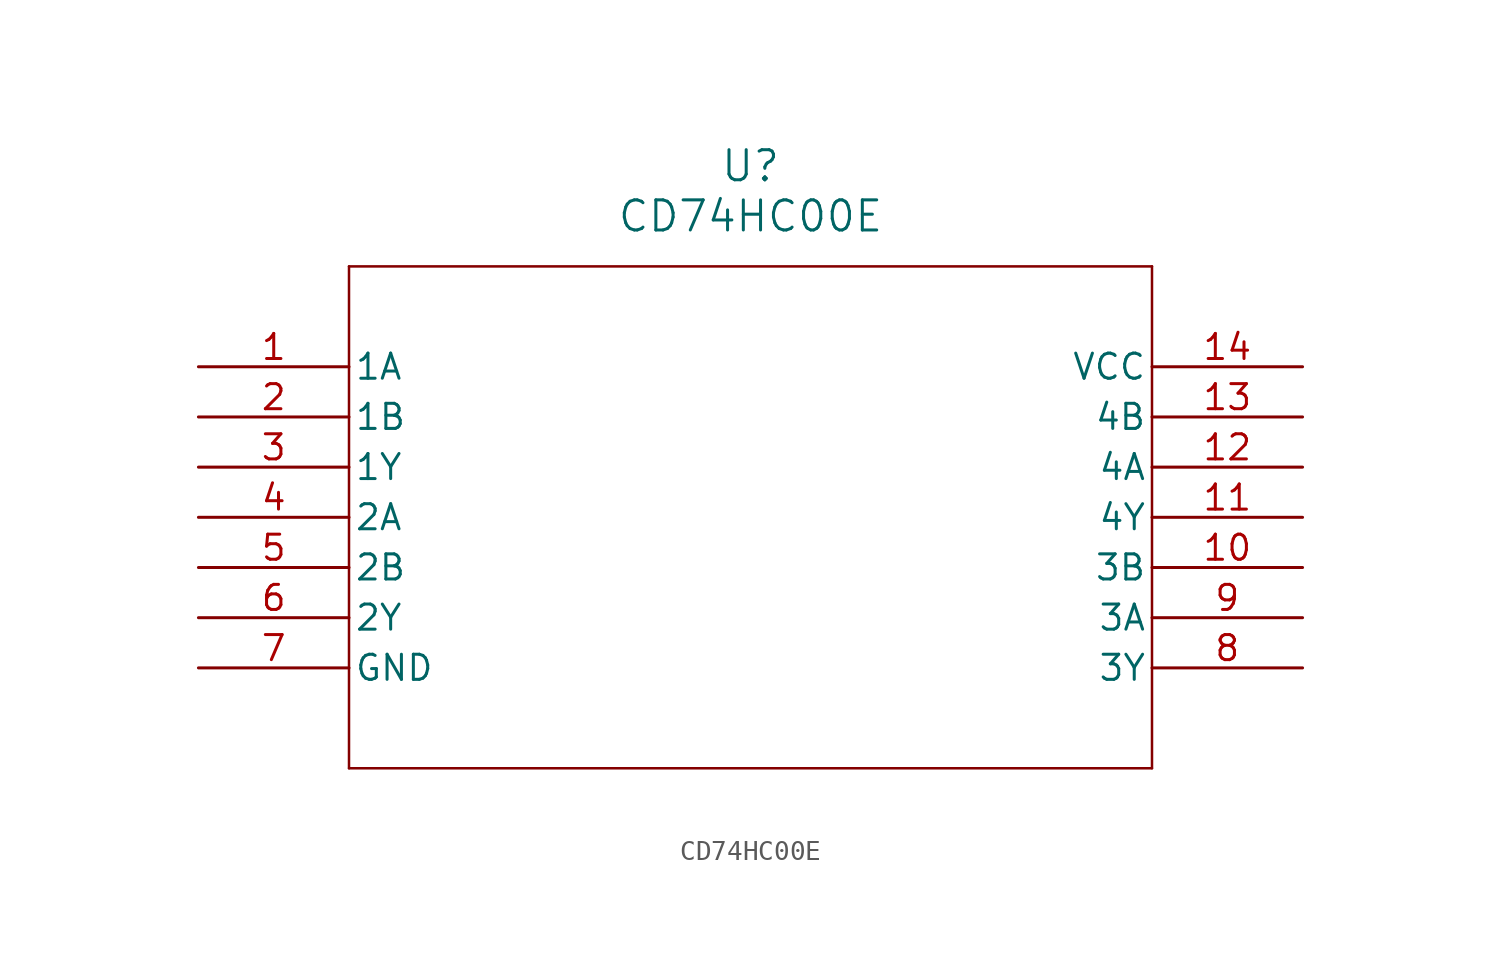
<source format=kicad_sym>
(kicad_symbol_lib
  (version 20211014)
  (generator kicad_symbol_editor)
  (symbol "CD74HC00E"
    (pin_names
      (offset 0.254))
    (property "Reference" "U"
      (at 27.94 10.16 0)
      (effects (font (size 1.524 1.524))))
    (property "Value" "CD74HC00E"
      (at 27.94 7.62 0)
      (effects (font (size 1.524 1.524))))
    (symbol "CD74HC00E_0_1"
      (polyline (pts (xy 7.62 5.08) (xy 7.62 -20.32)) (stroke (width 0.127) (type default) (color 0 0 0 0)) (fill (type none)))
      (polyline (pts (xy 7.62 -20.32) (xy 48.26 -20.32)) (stroke (width 0.127) (type default) (color 0 0 0 0)) (fill (type none)))
      (polyline (pts (xy 48.26 -20.32) (xy 48.26 5.08)) (stroke (width 0.127) (type default) (color 0 0 0 0)) (fill (type none)))
      (polyline (pts (xy 48.26 5.08) (xy 7.62 5.08)) (stroke (width 0.127) (type default) (color 0 0 0 0)) (fill (type none)))
      (pin input line (at 0 0 0) (length 7.62) (name "1A" (effects (font (size 1.27 1.27)))) (number "1" (effects (font (size 1.27 1.27)))))
      (pin input line (at 0 -2.54 0) (length 7.62) (name "1B" (effects (font (size 1.27 1.27)))) (number "2" (effects (font (size 1.27 1.27)))))
      (pin output line (at 0 -5.08 0) (length 7.62) (name "1Y" (effects (font (size 1.27 1.27)))) (number "3" (effects (font (size 1.27 1.27)))))
      (pin input line (at 0 -7.62 0) (length 7.62) (name "2A" (effects (font (size 1.27 1.27)))) (number "4" (effects (font (size 1.27 1.27)))))
      (pin input line (at 0 -10.16 0) (length 7.62) (name "2B" (effects (font (size 1.27 1.27)))) (number "5" (effects (font (size 1.27 1.27)))))
      (pin output line (at 0 -12.7 0) (length 7.62) (name "2Y" (effects (font (size 1.27 1.27)))) (number "6" (effects (font (size 1.27 1.27)))))
      (pin power_in line (at 0 -15.24 0) (length 7.62) (name "GND" (effects (font (size 1.27 1.27)))) (number "7" (effects (font (size 1.27 1.27)))))
      (pin output line (at 55.88 -15.24 180) (length 7.62) (name "3Y" (effects (font (size 1.27 1.27)))) (number "8" (effects (font (size 1.27 1.27)))))
      (pin input line (at 55.88 -12.7 180) (length 7.62) (name "3A" (effects (font (size 1.27 1.27)))) (number "9" (effects (font (size 1.27 1.27)))))
      (pin input line (at 55.88 -10.16 180) (length 7.62) (name "3B" (effects (font (size 1.27 1.27)))) (number "10" (effects (font (size 1.27 1.27)))))
      (pin output line (at 55.88 -7.62 180) (length 7.62) (name "4Y" (effects (font (size 1.27 1.27)))) (number "11" (effects (font (size 1.27 1.27)))))
      (pin input line (at 55.88 -5.08 180) (length 7.62) (name "4A" (effects (font (size 1.27 1.27)))) (number "12" (effects (font (size 1.27 1.27)))))
      (pin input line (at 55.88 -2.54 180) (length 7.62) (name "4B" (effects (font (size 1.27 1.27)))) (number "13" (effects (font (size 1.27 1.27)))))
      (pin power_in line (at 55.88 0 180) (length 7.62) (name "VCC" (effects (font (size 1.27 1.27)))) (number "14" (effects (font (size 1.27 1.27))))))))
</source>
